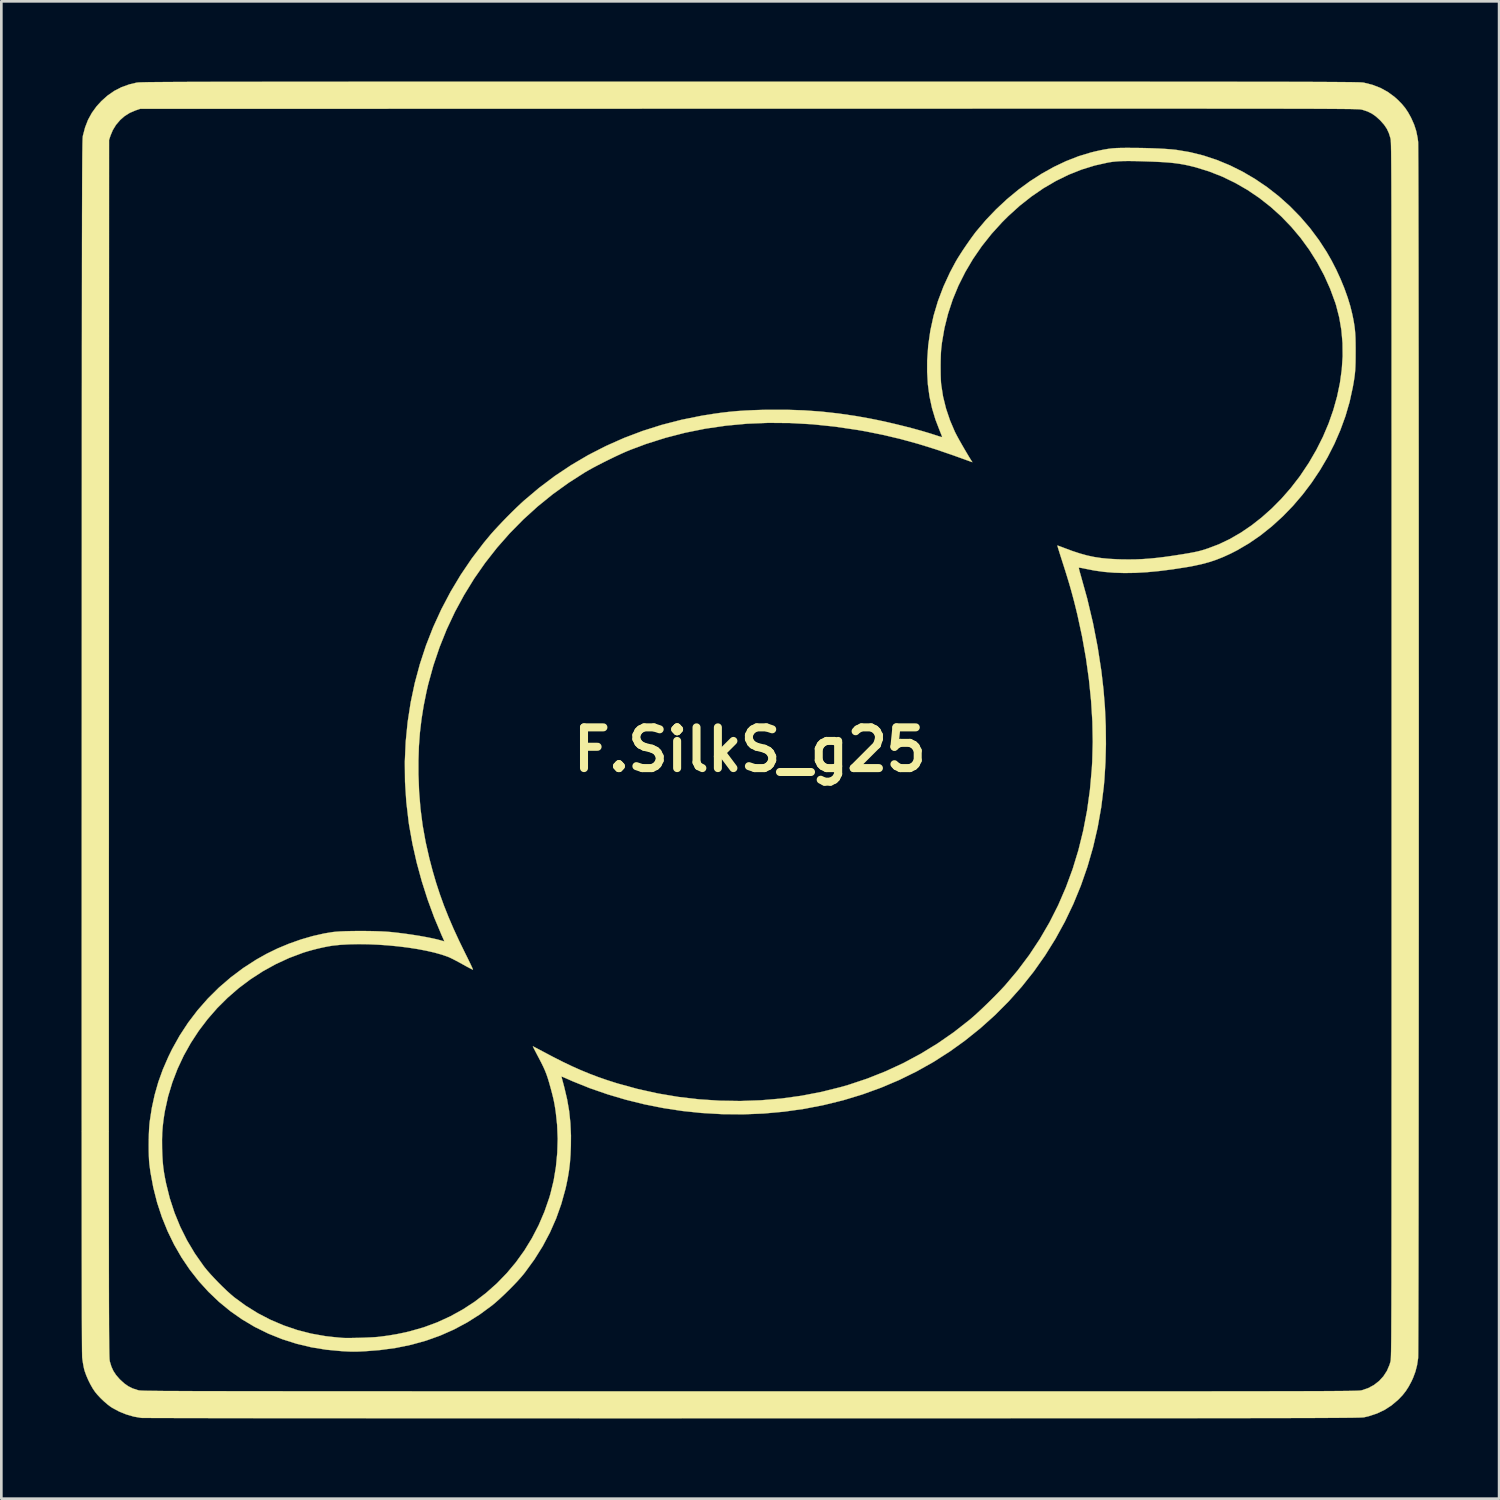
<source format=kicad_pcb>
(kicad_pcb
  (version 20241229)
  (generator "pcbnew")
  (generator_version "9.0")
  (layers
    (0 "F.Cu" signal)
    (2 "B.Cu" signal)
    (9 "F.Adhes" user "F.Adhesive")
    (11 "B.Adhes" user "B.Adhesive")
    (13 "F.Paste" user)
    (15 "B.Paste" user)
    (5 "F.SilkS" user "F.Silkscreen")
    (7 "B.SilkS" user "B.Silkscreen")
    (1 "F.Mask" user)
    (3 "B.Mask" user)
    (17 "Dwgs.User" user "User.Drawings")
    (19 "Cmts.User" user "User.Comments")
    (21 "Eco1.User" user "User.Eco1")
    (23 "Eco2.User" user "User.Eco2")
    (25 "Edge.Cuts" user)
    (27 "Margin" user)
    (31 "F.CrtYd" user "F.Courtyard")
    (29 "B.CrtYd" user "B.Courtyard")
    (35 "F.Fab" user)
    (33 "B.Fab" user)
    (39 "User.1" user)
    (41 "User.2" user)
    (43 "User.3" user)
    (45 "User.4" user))
  (footprint "F.SilkS_g25"
    (layer "F.Cu")
    (at 25 24.992)
    (property "Reference" "F.SilkS_g25" (at 0 0 0) (layer "F.SilkS") (effects (font (size 1.524 1.524) (thickness 0.3))))
    (attr through_hole)
    (fp_poly (pts (xy 14.436 -22.509) (xy 14.743 -22.504) (xy 15.035 -22.496) (xy 15.306 -22.485) (xy 15.551 -22.471) (xy 15.765 -22.455) (xy 15.942 -22.437) (xy 15.95 -22.436) (xy 16.461 -22.35) (xy 16.968 -22.224) (xy 17.469 -22.058) (xy 17.96 -21.855) (xy 18.439 -21.616) (xy 18.905 -21.342) (xy 19.355 -21.036) (xy 19.787 -20.698) (xy 20.198 -20.33) (xy 20.586 -19.934) (xy 20.949 -19.512) (xy 21.284 -19.064) (xy 21.573 -18.62) (xy 21.756 -18.3) (xy 21.93 -17.962) (xy 22.09 -17.614) (xy 22.234 -17.264) (xy 22.358 -16.92) (xy 22.459 -16.59) (xy 22.53 -16.301) (xy 22.566 -16.128) (xy 22.594 -15.976) (xy 22.616 -15.837) (xy 22.632 -15.701) (xy 22.644 -15.561) (xy 22.652 -15.408) (xy 22.656 -15.235) (xy 22.658 -15.033) (xy 22.658 -14.891) (xy 22.657 -14.676) (xy 22.655 -14.495) (xy 22.65 -14.339) (xy 22.643 -14.2) (xy 22.631 -14.069) (xy 22.615 -13.938) (xy 22.594 -13.799) (xy 22.567 -13.642) (xy 22.55 -13.547) (xy 22.433 -13.01) (xy 22.278 -12.478) (xy 22.087 -11.954) (xy 21.864 -11.44) (xy 21.609 -10.939) (xy 21.324 -10.454) (xy 21.012 -9.987) (xy 20.675 -9.542) (xy 20.313 -9.119) (xy 19.93 -8.724) (xy 19.527 -8.357) (xy 19.107 -8.021) (xy 18.671 -7.72) (xy 18.22 -7.456) (xy 17.981 -7.334) (xy 17.71 -7.21) (xy 17.446 -7.105) (xy 17.178 -7.016) (xy 16.897 -6.94) (xy 16.592 -6.874) (xy 16.338 -6.828) (xy 15.811 -6.746) (xy 15.317 -6.683) (xy 14.855 -6.639) (xy 14.421 -6.614) (xy 14.01 -6.608) (xy 13.621 -6.62) (xy 13.248 -6.651) (xy 12.889 -6.701) (xy 12.555 -6.766) (xy 12.46 -6.786) (xy 12.381 -6.801) (xy 12.326 -6.808) (xy 12.304 -6.808) (xy 12.306 -6.785) (xy 12.318 -6.729) (xy 12.339 -6.649) (xy 12.366 -6.554) (xy 12.368 -6.547) (xy 12.618 -5.65) (xy 12.832 -4.746) (xy 13.008 -3.841) (xy 13.147 -2.94) (xy 13.227 -2.244) (xy 13.281 -1.574) (xy 13.311 -0.892) (xy 13.318 -0.209) (xy 13.301 0.465) (xy 13.261 1.119) (xy 13.238 1.376) (xy 13.142 2.151) (xy 13.008 2.91) (xy 12.836 3.652) (xy 12.627 4.376) (xy 12.382 5.081) (xy 12.101 5.766) (xy 11.784 6.43) (xy 11.432 7.072) (xy 11.046 7.692) (xy 10.626 8.289) (xy 10.172 8.862) (xy 9.685 9.409) (xy 9.166 9.931) (xy 8.615 10.425) (xy 8.032 10.892) (xy 7.482 11.287) (xy 6.872 11.678) (xy 6.237 12.035) (xy 5.581 12.357) (xy 4.904 12.644) (xy 4.209 12.896) (xy 3.497 13.112) (xy 2.77 13.291) (xy 2.03 13.435) (xy 1.278 13.541) (xy 0.516 13.61) (xy -0.255 13.641) (xy -1.032 13.634) (xy -1.813 13.589) (xy -2.529 13.514) (xy -3.236 13.406) (xy -3.943 13.266) (xy -4.642 13.093) (xy -5.327 12.89) (xy -5.992 12.66) (xy -6.631 12.403) (xy -6.789 12.333) (xy -6.884 12.291) (xy -6.963 12.257) (xy -7.02 12.234) (xy -7.047 12.225) (xy -7.048 12.225) (xy -7.043 12.248) (xy -7.029 12.305) (xy -7.007 12.389) (xy -6.978 12.496) (xy -6.946 12.617) (xy -6.943 12.628) (xy -6.838 13.074) (xy -6.761 13.517) (xy -6.714 13.966) (xy -6.693 14.432) (xy -6.696 14.814) (xy -6.709 15.146) (xy -6.731 15.448) (xy -6.765 15.735) (xy -6.811 16.017) (xy -6.871 16.31) (xy -6.9 16.436) (xy -7.055 16.995) (xy -7.248 17.538) (xy -7.48 18.064) (xy -7.751 18.574) (xy -8.061 19.069) (xy -8.411 19.55) (xy -8.475 19.631) (xy -8.58 19.755) (xy -8.71 19.899) (xy -8.859 20.055) (xy -9.019 20.216) (xy -9.183 20.376) (xy -9.344 20.527) (xy -9.494 20.661) (xy -9.627 20.773) (xy -9.64 20.784) (xy -10.1 21.123) (xy -10.576 21.424) (xy -11.071 21.689) (xy -11.584 21.916) (xy -12.116 22.106) (xy -12.668 22.259) (xy -13.242 22.377) (xy -13.837 22.458) (xy -14.37 22.5) (xy -14.523 22.508) (xy -14.646 22.514) (xy -14.749 22.516) (xy -14.844 22.517) (xy -14.942 22.515) (xy -15.054 22.51) (xy -15.192 22.503) (xy -15.272 22.498) (xy -15.845 22.445) (xy -16.408 22.353) (xy -16.958 22.221) (xy -17.493 22.051) (xy -18.011 21.843) (xy -18.51 21.597) (xy -18.526 21.589) (xy -18.995 21.31) (xy -19.44 20.998) (xy -19.859 20.654) (xy -20.252 20.279) (xy -20.618 19.876) (xy -20.955 19.445) (xy -21.262 18.99) (xy -21.538 18.51) (xy -21.782 18.008) (xy -21.994 17.485) (xy -22.172 16.944) (xy -22.314 16.386) (xy -22.421 15.812) (xy -22.462 15.505) (xy -22.474 15.366) (xy -22.482 15.195) (xy -22.487 15.001) (xy -22.488 14.793) (xy -22.486 14.588) (xy -21.989 14.588) (xy -21.987 14.861) (xy -21.986 14.943) (xy -21.977 15.188) (xy -21.964 15.404) (xy -21.945 15.604) (xy -21.918 15.8) (xy -21.882 16.005) (xy -21.841 16.211) (xy -21.701 16.775) (xy -21.523 17.321) (xy -21.307 17.848) (xy -21.054 18.355) (xy -20.763 18.843) (xy -20.436 19.309) (xy -20.392 19.367) (xy -20.293 19.488) (xy -20.169 19.628) (xy -20.027 19.781) (xy -19.875 19.939) (xy -19.719 20.094) (xy -19.567 20.24) (xy -19.425 20.368) (xy -19.303 20.472) (xy -19.294 20.48) (xy -18.862 20.796) (xy -18.407 21.079) (xy -17.932 21.326) (xy -17.438 21.536) (xy -16.93 21.709) (xy -16.409 21.843) (xy -15.879 21.937) (xy -15.589 21.97) (xy -15.484 21.98) (xy -15.386 21.99) (xy -15.308 21.997) (xy -15.272 22.001) (xy -15.198 22.005) (xy -15.089 22.007) (xy -14.954 22.007) (xy -14.799 22.004) (xy -14.633 22.001) (xy -14.464 21.996) (xy -14.298 21.989) (xy -14.143 21.982) (xy -14.008 21.974) (xy -13.9 21.965) (xy -13.865 21.961) (xy -13.523 21.916) (xy -13.203 21.862) (xy -12.885 21.796) (xy -12.727 21.758) (xy -12.201 21.608) (xy -11.693 21.42) (xy -11.203 21.195) (xy -10.734 20.936) (xy -10.287 20.644) (xy -9.864 20.319) (xy -9.465 19.965) (xy -9.093 19.581) (xy -8.749 19.17) (xy -8.435 18.733) (xy -8.152 18.271) (xy -7.901 17.787) (xy -7.684 17.28) (xy -7.502 16.754) (xy -7.46 16.61) (xy -7.34 16.117) (xy -7.255 15.605) (xy -7.205 15.083) (xy -7.189 14.557) (xy -7.21 14.036) (xy -7.26 13.569) (xy -7.282 13.419) (xy -7.303 13.29) (xy -7.326 13.169) (xy -7.352 13.047) (xy -7.385 12.912) (xy -7.426 12.754) (xy -7.458 12.636) (xy -7.511 12.447) (xy -7.56 12.286) (xy -7.609 12.143) (xy -7.662 12.008) (xy -7.724 11.869) (xy -7.799 11.716) (xy -7.891 11.539) (xy -7.904 11.515) (xy -7.967 11.395) (xy -8.023 11.288) (xy -8.068 11.2) (xy -8.1 11.136) (xy -8.117 11.101) (xy -8.118 11.097) (xy -8.099 11.104) (xy -8.049 11.13) (xy -7.973 11.169) (xy -7.877 11.22) (xy -7.766 11.279) (xy -7.756 11.284) (xy -7.367 11.49) (xy -7.005 11.674) (xy -6.662 11.838) (xy -6.332 11.985) (xy -6.008 12.119) (xy -5.682 12.243) (xy -5.348 12.359) (xy -4.998 12.471) (xy -4.938 12.489) (xy -4.191 12.694) (xy -3.433 12.861) (xy -2.669 12.99) (xy -1.9 13.079) (xy -1.128 13.13) (xy -0.357 13.142) (xy 0.411 13.115) (xy 1.173 13.05) (xy 1.927 12.946) (xy 2.67 12.803) (xy 3.4 12.621) (xy 3.686 12.539) (xy 4.393 12.303) (xy 5.08 12.03) (xy 5.748 11.72) (xy 6.396 11.372) (xy 7.023 10.988) (xy 7.628 10.568) (xy 8.211 10.111) (xy 8.244 10.084) (xy 8.375 9.971) (xy 8.527 9.833) (xy 8.693 9.678) (xy 8.867 9.511) (xy 9.042 9.339) (xy 9.211 9.169) (xy 9.367 9.008) (xy 9.504 8.862) (xy 9.546 8.816) (xy 10.015 8.26) (xy 10.448 7.683) (xy 10.845 7.083) (xy 11.207 6.461) (xy 11.532 5.818) (xy 11.82 5.152) (xy 12.073 4.465) (xy 12.289 3.757) (xy 12.469 3.027) (xy 12.613 2.276) (xy 12.72 1.504) (xy 12.79 0.711) (xy 12.806 0.447) (xy 12.825 -0.291) (xy 12.811 -1.051) (xy 12.763 -1.829) (xy 12.683 -2.621) (xy 12.571 -3.424) (xy 12.427 -4.233) (xy 12.251 -5.046) (xy 12.189 -5.301) (xy 12.129 -5.542) (xy 12.069 -5.768) (xy 12.009 -5.987) (xy 11.945 -6.21) (xy 11.874 -6.444) (xy 11.795 -6.7) (xy 11.704 -6.985) (xy 11.697 -7.006) (xy 11.648 -7.16) (xy 11.603 -7.301) (xy 11.565 -7.423) (xy 11.534 -7.522) (xy 11.513 -7.593) (xy 11.503 -7.631) (xy 11.502 -7.636) (xy 11.523 -7.631) (xy 11.576 -7.613) (xy 11.652 -7.585) (xy 11.746 -7.55) (xy 11.76 -7.544) (xy 12.066 -7.43) (xy 12.347 -7.338) (xy 12.614 -7.264) (xy 12.878 -7.208) (xy 13.147 -7.167) (xy 13.434 -7.139) (xy 13.747 -7.123) (xy 13.898 -7.118) (xy 14.168 -7.115) (xy 14.429 -7.118) (xy 14.688 -7.129) (xy 14.953 -7.148) (xy 15.229 -7.175) (xy 15.524 -7.211) (xy 15.846 -7.257) (xy 16.202 -7.313) (xy 16.203 -7.313) (xy 16.382 -7.343) (xy 16.527 -7.369) (xy 16.649 -7.393) (xy 16.754 -7.416) (xy 16.853 -7.441) (xy 16.954 -7.47) (xy 17.066 -7.506) (xy 17.134 -7.528) (xy 17.546 -7.684) (xy 17.956 -7.881) (xy 18.361 -8.115) (xy 18.76 -8.386) (xy 19.148 -8.69) (xy 19.525 -9.026) (xy 19.886 -9.391) (xy 20.23 -9.784) (xy 20.553 -10.202) (xy 20.599 -10.267) (xy 20.912 -10.736) (xy 21.191 -11.217) (xy 21.437 -11.707) (xy 21.648 -12.204) (xy 21.824 -12.707) (xy 21.965 -13.211) (xy 22.071 -13.716) (xy 22.14 -14.219) (xy 22.173 -14.718) (xy 22.168 -15.21) (xy 22.126 -15.693) (xy 22.046 -16.164) (xy 21.928 -16.622) (xy 21.898 -16.717) (xy 21.705 -17.242) (xy 21.478 -17.748) (xy 21.217 -18.234) (xy 20.924 -18.699) (xy 20.602 -19.141) (xy 20.252 -19.557) (xy 19.876 -19.947) (xy 19.475 -20.308) (xy 19.052 -20.64) (xy 18.608 -20.94) (xy 18.145 -21.206) (xy 17.665 -21.438) (xy 17.17 -21.632) (xy 16.661 -21.789) (xy 16.402 -21.852) (xy 16.233 -21.887) (xy 16.063 -21.916) (xy 15.886 -21.94) (xy 15.693 -21.96) (xy 15.477 -21.976) (xy 15.23 -21.989) (xy 15.071 -21.996) (xy 14.783 -22.006) (xy 14.534 -22.014) (xy 14.317 -22.018) (xy 14.129 -22.019) (xy 13.965 -22.017) (xy 13.82 -22.012) (xy 13.69 -22.002) (xy 13.57 -21.99) (xy 13.456 -21.973) (xy 13.397 -21.963) (xy 12.9 -21.852) (xy 12.408 -21.7) (xy 11.925 -21.508) (xy 11.45 -21.275) (xy 10.986 -21.004) (xy 10.534 -20.694) (xy 10.094 -20.347) (xy 9.669 -19.963) (xy 9.44 -19.735) (xy 9.039 -19.293) (xy 8.673 -18.832) (xy 8.345 -18.355) (xy 8.054 -17.862) (xy 7.8 -17.356) (xy 7.586 -16.837) (xy 7.412 -16.307) (xy 7.277 -15.768) (xy 7.183 -15.221) (xy 7.154 -14.968) (xy 7.146 -14.852) (xy 7.14 -14.707) (xy 7.136 -14.541) (xy 7.134 -14.363) (xy 7.135 -14.184) (xy 7.137 -14.012) (xy 7.142 -13.858) (xy 7.149 -13.73) (xy 7.155 -13.663) (xy 7.225 -13.211) (xy 7.337 -12.759) (xy 7.488 -12.311) (xy 7.668 -11.89) (xy 7.712 -11.804) (xy 7.773 -11.689) (xy 7.848 -11.553) (xy 7.932 -11.405) (xy 8.021 -11.251) (xy 8.11 -11.1) (xy 8.194 -10.959) (xy 8.27 -10.836) (xy 8.293 -10.8) (xy 8.323 -10.753) (xy 8.241 -10.782) (xy 8.2 -10.797) (xy 8.124 -10.824) (xy 8.022 -10.861) (xy 7.898 -10.906) (xy 7.76 -10.955) (xy 7.631 -11.002) (xy 6.952 -11.235) (xy 6.293 -11.44) (xy 5.645 -11.618) (xy 4.999 -11.772) (xy 4.345 -11.904) (xy 4.032 -11.959) (xy 3.175 -12.085) (xy 2.333 -12.172) (xy 1.505 -12.218) (xy 0.691 -12.225) (xy -0.108 -12.193) (xy -0.893 -12.12) (xy -1.664 -12.008) (xy -2.42 -11.856) (xy -3.163 -11.664) (xy -3.892 -11.433) (xy -4.477 -11.214) (xy -4.638 -11.147) (xy -4.827 -11.063) (xy -5.034 -10.966) (xy -5.252 -10.86) (xy -5.472 -10.751) (xy -5.685 -10.642) (xy -5.882 -10.538) (xy -6.054 -10.442) (xy -6.16 -10.381) (xy -6.78 -9.984) (xy -7.374 -9.556) (xy -7.94 -9.097) (xy -8.476 -8.61) (xy -8.983 -8.095) (xy -9.459 -7.554) (xy -9.903 -6.988) (xy -10.314 -6.399) (xy -10.69 -5.787) (xy -11.033 -5.155) (xy -11.339 -4.504) (xy -11.608 -3.834) (xy -11.84 -3.148) (xy -12.033 -2.447) (xy -12.097 -2.17) (xy -12.202 -1.65) (xy -12.283 -1.144) (xy -12.343 -0.639) (xy -12.381 -0.127) (xy -12.398 0.403) (xy -12.398 0.921) (xy -12.373 1.578) (xy -12.321 2.212) (xy -12.241 2.832) (xy -12.13 3.45) (xy -11.988 4.075) (xy -11.867 4.535) (xy -11.738 4.977) (xy -11.597 5.407) (xy -11.444 5.832) (xy -11.273 6.261) (xy -11.084 6.701) (xy -10.873 7.158) (xy -10.648 7.619) (xy -10.575 7.765) (xy -10.509 7.9) (xy -10.452 8.017) (xy -10.407 8.113) (xy -10.376 8.182) (xy -10.36 8.221) (xy -10.359 8.228) (xy -10.38 8.221) (xy -10.432 8.197) (xy -10.509 8.157) (xy -10.607 8.105) (xy -10.719 8.043) (xy -10.752 8.024) (xy -10.879 7.954) (xy -11.004 7.888) (xy -11.119 7.828) (xy -11.216 7.781) (xy -11.284 7.751) (xy -11.288 7.749) (xy -11.528 7.666) (xy -11.803 7.589) (xy -12.11 7.519) (xy -12.441 7.456) (xy -12.792 7.402) (xy -13.156 7.357) (xy -13.528 7.321) (xy -13.902 7.295) (xy -14.272 7.279) (xy -14.634 7.274) (xy -14.98 7.281) (xy -15.307 7.299) (xy -15.607 7.33) (xy -15.638 7.335) (xy -15.788 7.36) (xy -15.966 7.396) (xy -16.159 7.44) (xy -16.355 7.49) (xy -16.542 7.542) (xy -16.707 7.593) (xy -16.715 7.596) (xy -17.237 7.792) (xy -17.74 8.025) (xy -18.223 8.292) (xy -18.685 8.592) (xy -19.124 8.922) (xy -19.537 9.281) (xy -19.925 9.667) (xy -20.284 10.079) (xy -20.614 10.513) (xy -20.912 10.969) (xy -21.178 11.444) (xy -21.409 11.937) (xy -21.604 12.446) (xy -21.762 12.968) (xy -21.88 13.503) (xy -21.897 13.598) (xy -21.936 13.858) (xy -21.964 14.101) (xy -21.982 14.339) (xy -21.989 14.588) (xy -22.486 14.588) (xy -22.486 14.581) (xy -22.481 14.374) (xy -22.472 14.182) (xy -22.46 14.015) (xy -22.45 13.917) (xy -22.371 13.401) (xy -22.264 12.909) (xy -22.128 12.433) (xy -21.959 11.963) (xy -21.754 11.492) (xy -21.611 11.199) (xy -21.329 10.694) (xy -21.011 10.209) (xy -20.659 9.747) (xy -20.275 9.31) (xy -19.862 8.9) (xy -19.42 8.519) (xy -18.953 8.169) (xy -18.461 7.851) (xy -18.076 7.635) (xy -17.666 7.435) (xy -17.236 7.256) (xy -16.797 7.101) (xy -16.356 6.973) (xy -15.924 6.875) (xy -15.61 6.823) (xy -15.485 6.81) (xy -15.325 6.799) (xy -15.136 6.791) (xy -14.926 6.786) (xy -14.702 6.783) (xy -14.47 6.783) (xy -14.238 6.785) (xy -14.012 6.79) (xy -13.8 6.797) (xy -13.608 6.807) (xy -13.444 6.82) (xy -13.42 6.822) (xy -13.152 6.852) (xy -12.881 6.886) (xy -12.613 6.925) (xy -12.354 6.966) (xy -12.111 7.01) (xy -11.891 7.054) (xy -11.698 7.097) (xy -11.542 7.139) (xy -11.531 7.143) (xy -11.473 7.159) (xy -11.437 7.168) (xy -11.43 7.168) (xy -11.438 7.147) (xy -11.46 7.096) (xy -11.493 7.021) (xy -11.534 6.93) (xy -11.538 6.92) (xy -11.809 6.275) (xy -12.055 5.605) (xy -12.274 4.917) (xy -12.464 4.221) (xy -12.621 3.525) (xy -12.744 2.838) (xy -12.762 2.72) (xy -12.851 1.96) (xy -12.9 1.203) (xy -12.907 0.45) (xy -12.874 -0.297) (xy -12.801 -1.037) (xy -12.688 -1.769) (xy -12.536 -2.49) (xy -12.344 -3.201) (xy -12.115 -3.899) (xy -11.847 -4.583) (xy -11.541 -5.251) (xy -11.198 -5.903) (xy -10.818 -6.537) (xy -10.402 -7.152) (xy -9.949 -7.745) (xy -9.692 -8.054) (xy -9.566 -8.196) (xy -9.416 -8.358) (xy -9.25 -8.534) (xy -9.074 -8.715) (xy -8.896 -8.893) (xy -8.723 -9.062) (xy -8.563 -9.213) (xy -8.456 -9.311) (xy -7.887 -9.792) (xy -7.295 -10.238) (xy -6.681 -10.647) (xy -6.045 -11.021) (xy -5.387 -11.358) (xy -4.709 -11.659) (xy -4.011 -11.923) (xy -3.293 -12.15) (xy -2.556 -12.34) (xy -1.801 -12.492) (xy -1.698 -12.509) (xy -1.375 -12.56) (xy -1.071 -12.603) (xy -0.777 -12.637) (xy -0.482 -12.665) (xy -0.179 -12.685) (xy 0.142 -12.7) (xy 0.491 -12.711) (xy 0.699 -12.714) (xy 1.377 -12.714) (xy 2.031 -12.692) (xy 2.673 -12.646) (xy 3.314 -12.575) (xy 3.966 -12.48) (xy 4.46 -12.392) (xy 4.777 -12.329) (xy 5.11 -12.257) (xy 5.45 -12.178) (xy 5.791 -12.094) (xy 6.123 -12.008) (xy 6.439 -11.92) (xy 6.73 -11.833) (xy 6.989 -11.75) (xy 7.026 -11.738) (xy 7.1 -11.714) (xy 7.158 -11.697) (xy 7.189 -11.692) (xy 7.191 -11.692) (xy 7.186 -11.714) (xy 7.168 -11.766) (xy 7.138 -11.841) (xy 7.106 -11.92) (xy 6.941 -12.349) (xy 6.812 -12.779) (xy 6.718 -13.216) (xy 6.658 -13.665) (xy 6.631 -14.132) (xy 6.632 -14.552) (xy 6.671 -15.119) (xy 6.751 -15.679) (xy 6.872 -16.233) (xy 7.035 -16.78) (xy 7.24 -17.321) (xy 7.486 -17.856) (xy 7.7 -18.256) (xy 7.775 -18.384) (xy 7.871 -18.535) (xy 7.979 -18.702) (xy 8.096 -18.874) (xy 8.213 -19.043) (xy 8.326 -19.2) (xy 8.427 -19.336) (xy 8.471 -19.392) (xy 8.832 -19.817) (xy 9.216 -20.218) (xy 9.619 -20.594) (xy 10.04 -20.942) (xy 10.474 -21.26) (xy 10.919 -21.546) (xy 11.373 -21.799) (xy 11.832 -22.017) (xy 12.293 -22.197) (xy 12.754 -22.337) (xy 12.933 -22.381) (xy 13.119 -22.422) (xy 13.279 -22.453) (xy 13.422 -22.476) (xy 13.562 -22.493) (xy 13.707 -22.503) (xy 13.87 -22.508) (xy 14.062 -22.51) (xy 14.118 -22.51) (xy 14.436 -22.509)) (stroke (width 0.01) (type solid)) (fill yes) (layer "F.SilkS"))
    (fp_poly (pts (xy 1.193 -24.987) (xy 2.334 -24.987) (xy 3.435 -24.987) (xy 4.495 -24.987) (xy 5.516 -24.987) (xy 6.498 -24.987) (xy 7.442 -24.987) (xy 8.349 -24.987) (xy 9.22 -24.987) (xy 10.056 -24.987) (xy 10.856 -24.987) (xy 11.623 -24.987) (xy 12.356 -24.987) (xy 13.057 -24.986) (xy 13.725 -24.986) (xy 14.363 -24.986) (xy 14.97 -24.986) (xy 15.548 -24.985) (xy 16.097 -24.985) (xy 16.617 -24.985) (xy 17.111 -24.985) (xy 17.578 -24.984) (xy 18.019 -24.984) (xy 18.435 -24.983) (xy 18.826 -24.983) (xy 19.194 -24.982) (xy 19.539 -24.982) (xy 19.862 -24.981) (xy 20.164 -24.981) (xy 20.445 -24.98) (xy 20.706 -24.979) (xy 20.948 -24.979) (xy 21.172 -24.978) (xy 21.378 -24.977) (xy 21.568 -24.976) (xy 21.741 -24.975) (xy 21.899 -24.974) (xy 22.042 -24.973) (xy 22.172 -24.972) (xy 22.288 -24.971) (xy 22.392 -24.97) (xy 22.485 -24.969) (xy 22.566 -24.968) (xy 22.638 -24.966) (xy 22.7 -24.965) (xy 22.754 -24.964) (xy 22.799 -24.962) (xy 22.838 -24.961) (xy 22.87 -24.959) (xy 22.897 -24.957) (xy 22.919 -24.956) (xy 22.936 -24.954) (xy 22.951 -24.952) (xy 22.963 -24.95) (xy 22.964 -24.95) (xy 23.283 -24.87) (xy 23.578 -24.757) (xy 23.851 -24.609) (xy 24.104 -24.425) (xy 24.241 -24.302) (xy 24.388 -24.152) (xy 24.511 -24.004) (xy 24.618 -23.844) (xy 24.721 -23.659) (xy 24.745 -23.611) (xy 24.849 -23.375) (xy 24.925 -23.139) (xy 24.976 -22.888) (xy 24.996 -22.737) (xy 24.997 -22.705) (xy 24.998 -22.631) (xy 24.999 -22.517) (xy 25 -22.363) (xy 25.001 -22.172) (xy 25.003 -21.943) (xy 25.004 -21.679) (xy 25.005 -21.38) (xy 25.006 -21.047) (xy 25.007 -20.681) (xy 25.008 -20.284) (xy 25.008 -19.856) (xy 25.009 -19.398) (xy 25.01 -18.912) (xy 25.011 -18.398) (xy 25.012 -17.858) (xy 25.012 -17.293) (xy 25.013 -16.704) (xy 25.014 -16.091) (xy 25.014 -15.457) (xy 25.015 -14.801) (xy 25.016 -14.125) (xy 25.016 -13.431) (xy 25.017 -12.719) (xy 25.017 -11.989) (xy 25.018 -11.245) (xy 25.018 -10.485) (xy 25.018 -9.712) (xy 25.019 -8.927) (xy 25.019 -8.13) (xy 25.019 -7.322) (xy 25.02 -6.506) (xy 25.02 -5.681) (xy 25.02 -4.849) (xy 25.02 -4.011) (xy 25.02 -3.167) (xy 25.021 -2.32) (xy 25.021 -1.47) (xy 25.021 -0.618) (xy 25.021 0.235) (xy 25.021 1.087) (xy 25.021 1.938) (xy 25.02 2.787) (xy 25.02 3.632) (xy 25.02 4.473) (xy 25.02 5.308) (xy 25.02 6.136) (xy 25.02 6.957) (xy 25.019 7.769) (xy 25.019 8.571) (xy 25.019 9.362) (xy 25.018 10.141) (xy 25.018 10.907) (xy 25.017 11.659) (xy 25.017 12.396) (xy 25.016 13.116) (xy 25.016 13.819) (xy 25.015 14.504) (xy 25.015 15.169) (xy 25.014 15.814) (xy 25.013 16.437) (xy 25.013 17.038) (xy 25.012 17.615) (xy 25.011 18.167) (xy 25.01 18.693) (xy 25.01 19.192) (xy 25.009 19.663) (xy 25.008 20.105) (xy 25.007 20.518) (xy 25.006 20.899) (xy 25.005 21.247) (xy 25.004 21.563) (xy 25.003 21.844) (xy 25.002 22.089) (xy 25.001 22.298) (xy 25 22.47) (xy 24.999 22.603) (xy 24.997 22.696) (xy 24.996 22.748) (xy 24.996 22.759) (xy 24.956 23.024) (xy 24.894 23.266) (xy 24.806 23.501) (xy 24.745 23.633) (xy 24.642 23.825) (xy 24.536 23.99) (xy 24.418 24.14) (xy 24.278 24.288) (xy 24.241 24.324) (xy 24 24.528) (xy 23.74 24.696) (xy 23.458 24.83) (xy 23.152 24.931) (xy 22.985 24.97) (xy 22.975 24.972) (xy 22.961 24.974) (xy 22.944 24.976) (xy 22.922 24.977) (xy 22.896 24.979) (xy 22.863 24.98) (xy 22.824 24.982) (xy 22.777 24.984) (xy 22.722 24.985) (xy 22.659 24.986) (xy 22.585 24.988) (xy 22.502 24.989) (xy 22.407 24.99) (xy 22.3 24.991) (xy 22.181 24.992) (xy 22.048 24.993) (xy 21.901 24.994) (xy 21.74 24.995) (xy 21.562 24.996) (xy 21.369 24.997) (xy 21.158 24.998) (xy 20.929 24.999) (xy 20.682 25) (xy 20.415 25) (xy 20.128 25.001) (xy 19.821 25.002) (xy 19.491 25.002) (xy 19.14 25.003) (xy 18.765 25.003) (xy 18.366 25.004) (xy 17.943 25.004) (xy 17.494 25.005) (xy 17.02 25.005) (xy 16.518 25.006) (xy 15.989 25.006) (xy 15.431 25.006) (xy 14.844 25.007) (xy 14.228 25.007) (xy 13.581 25.007) (xy 12.902 25.007) (xy 12.192 25.008) (xy 11.448 25.008) (xy 10.671 25.008) (xy 9.86 25.008) (xy 9.013 25.009) (xy 8.131 25.009) (xy 7.212 25.009) (xy 6.255 25.009) (xy 5.261 25.009) (xy 4.228 25.01) (xy 3.155 25.01) (xy 2.042 25.01) (xy 0.887 25.01) (xy 0.106 25.01) (xy -0.946 25.01) (xy -1.982 25.01) (xy -3.002 25.011) (xy -4.006 25.011) (xy -4.991 25.011) (xy -5.959 25.011) (xy -6.907 25.01) (xy -7.836 25.01) (xy -8.744 25.01) (xy -9.631 25.01) (xy -10.495 25.01) (xy -11.337 25.01) (xy -12.155 25.009) (xy -12.949 25.009) (xy -13.718 25.009) (xy -14.461 25.008) (xy -15.178 25.008) (xy -15.867 25.007) (xy -16.528 25.007) (xy -17.16 25.007) (xy -17.762 25.006) (xy -18.334 25.006) (xy -18.876 25.005) (xy -19.385 25.004) (xy -19.861 25.004) (xy -20.305 25.003) (xy -20.714 25.003) (xy -21.088 25.002) (xy -21.427 25.001) (xy -21.73 25) (xy -21.995 25) (xy -22.222 24.999) (xy -22.411 24.998) (xy -22.56 24.997) (xy -22.67 24.997) (xy -22.738 24.996) (xy -22.765 24.995) (xy -23.044 24.947) (xy -23.324 24.866) (xy -23.595 24.756) (xy -23.843 24.623) (xy -23.919 24.574) (xy -24.035 24.486) (xy -24.163 24.375) (xy -24.292 24.252) (xy -24.408 24.127) (xy -24.492 24.025) (xy -24.578 23.899) (xy -24.666 23.745) (xy -24.75 23.577) (xy -24.823 23.407) (xy -24.88 23.25) (xy -24.901 23.177) (xy -24.925 23.067) (xy -24.948 22.934) (xy -24.968 22.801) (xy -24.976 22.733) (xy -24.977 22.708) (xy -24.978 22.661) (xy -24.979 22.592) (xy -24.981 22.499) (xy -24.982 22.382) (xy -24.983 22.241) (xy -24.984 22.075) (xy -24.985 21.884) (xy -24.986 21.667) (xy -24.987 21.424) (xy -24.988 21.154) (xy -24.988 20.856) (xy -24.989 20.53) (xy -24.99 20.176) (xy -24.99 19.793) (xy -24.991 19.38) (xy -24.992 18.937) (xy -24.992 18.464) (xy -24.993 17.959) (xy -24.993 17.423) (xy -24.993 16.855) (xy -24.994 16.255) (xy -24.994 15.621) (xy -24.994 14.953) (xy -24.994 14.251) (xy -24.995 13.652) (xy -23.979 13.652) (xy -23.979 14.289) (xy -23.979 14.895) (xy -23.979 15.471) (xy -23.979 16.019) (xy -23.979 16.539) (xy -23.979 17.031) (xy -23.978 17.497) (xy -23.978 17.937) (xy -23.978 18.352) (xy -23.977 18.742) (xy -23.977 19.109) (xy -23.977 19.453) (xy -23.976 19.775) (xy -23.976 20.076) (xy -23.975 20.356) (xy -23.975 20.617) (xy -23.974 20.858) (xy -23.973 21.081) (xy -23.972 21.287) (xy -23.972 21.475) (xy -23.971 21.648) (xy -23.97 21.805) (xy -23.969 21.948) (xy -23.968 22.077) (xy -23.967 22.193) (xy -23.966 22.297) (xy -23.965 22.389) (xy -23.963 22.47) (xy -23.962 22.541) (xy -23.961 22.603) (xy -23.959 22.657) (xy -23.958 22.702) (xy -23.956 22.741) (xy -23.955 22.773) (xy -23.953 22.8) (xy -23.951 22.822) (xy -23.949 22.84) (xy -23.947 22.854) (xy -23.945 22.866) (xy -23.943 22.877) (xy -23.941 22.886) (xy -23.94 22.892) (xy -23.883 23.078) (xy -23.81 23.238) (xy -23.713 23.386) (xy -23.586 23.534) (xy -23.55 23.571) (xy -23.399 23.708) (xy -23.251 23.812) (xy -23.093 23.891) (xy -22.912 23.951) (xy -22.881 23.96) (xy -22.873 23.962) (xy -22.863 23.964) (xy -22.851 23.966) (xy -22.837 23.968) (xy -22.82 23.97) (xy -22.799 23.971) (xy -22.773 23.973) (xy -22.741 23.975) (xy -22.703 23.976) (xy -22.658 23.978) (xy -22.606 23.979) (xy -22.544 23.981) (xy -22.474 23.982) (xy -22.393 23.983) (xy -22.302 23.984) (xy -22.199 23.985) (xy -22.084 23.987) (xy -21.956 23.988) (xy -21.814 23.989) (xy -21.657 23.99) (xy -21.485 23.99) (xy -21.297 23.991) (xy -21.092 23.992) (xy -20.87 23.993) (xy -20.63 23.994) (xy -20.37 23.994) (xy -20.091 23.995) (xy -19.791 23.995) (xy -19.469 23.996) (xy -19.126 23.997) (xy -18.76 23.997) (xy -18.37 23.997) (xy -17.956 23.998) (xy -17.517 23.998) (xy -17.052 23.999) (xy -16.561 23.999) (xy -16.042 23.999) (xy -15.495 24) (xy -14.92 24) (xy -14.314 24) (xy -13.679 24) (xy -13.012 24) (xy -12.314 24.001) (xy -11.583 24.001) (xy -10.819 24.001) (xy -10.02 24.001) (xy -9.187 24.001) (xy -8.318 24.001) (xy -7.413 24.001) (xy -6.471 24.001) (xy -5.491 24.002) (xy -4.473 24.002) (xy -3.415 24.002) (xy -2.317 24.002) (xy -1.178 24.002) (xy 0.002 24.002) (xy 1.182 24.002) (xy 2.321 24.002) (xy 3.419 24.002) (xy 4.476 24.002) (xy 5.495 24.002) (xy 6.475 24.002) (xy 7.417 24.002) (xy 8.321 24.002) (xy 9.19 24.002) (xy 10.023 24.002) (xy 10.821 24.002) (xy 11.585 24.002) (xy 12.316 24.002) (xy 13.015 24.002) (xy 13.681 24.002) (xy 14.316 24.002) (xy 14.921 24.001) (xy 15.497 24.001) (xy 16.044 24.001) (xy 16.562 24.001) (xy 17.054 24.001) (xy 17.518 24) (xy 17.957 24) (xy 18.371 24) (xy 18.761 23.999) (xy 19.127 23.999) (xy 19.471 23.998) (xy 19.792 23.998) (xy 20.092 23.997) (xy 20.371 23.997) (xy 20.631 23.996) (xy 20.871 23.995) (xy 21.094 23.994) (xy 21.298 23.994) (xy 21.486 23.993) (xy 21.658 23.992) (xy 21.815 23.991) (xy 21.957 23.99) (xy 22.086 23.989) (xy 22.201 23.988) (xy 22.304 23.987) (xy 22.396 23.986) (xy 22.476 23.984) (xy 22.547 23.983) (xy 22.609 23.982) (xy 22.662 23.98) (xy 22.707 23.979) (xy 22.745 23.977) (xy 22.777 23.975) (xy 22.803 23.974) (xy 22.825 23.972) (xy 22.843 23.97) (xy 22.857 23.968) (xy 22.869 23.966) (xy 22.879 23.964) (xy 22.888 23.962) (xy 22.894 23.961) (xy 23.131 23.88) (xy 23.345 23.764) (xy 23.535 23.616) (xy 23.697 23.44) (xy 23.829 23.237) (xy 23.926 23.011) (xy 23.961 22.894) (xy 23.963 22.885) (xy 23.965 22.875) (xy 23.967 22.864) (xy 23.969 22.851) (xy 23.971 22.835) (xy 23.973 22.816) (xy 23.975 22.792) (xy 23.976 22.763) (xy 23.978 22.728) (xy 23.979 22.686) (xy 23.981 22.637) (xy 23.982 22.58) (xy 23.984 22.514) (xy 23.985 22.439) (xy 23.986 22.353) (xy 23.987 22.255) (xy 23.989 22.146) (xy 23.99 22.025) (xy 23.991 21.89) (xy 23.992 21.74) (xy 23.992 21.576) (xy 23.993 21.396) (xy 23.994 21.2) (xy 23.995 20.987) (xy 23.996 20.755) (xy 23.996 20.505) (xy 23.997 20.236) (xy 23.998 19.946) (xy 23.998 19.636) (xy 23.999 19.304) (xy 23.999 18.949) (xy 24 18.572) (xy 24 18.17) (xy 24 17.744) (xy 24.001 17.292) (xy 24.001 16.814) (xy 24.001 16.309) (xy 24.001 15.777) (xy 24.002 15.216) (xy 24.002 14.626) (xy 24.002 14.005) (xy 24.002 13.355) (xy 24.002 12.673) (xy 24.003 11.958) (xy 24.003 11.211) (xy 24.003 10.43) (xy 24.003 9.614) (xy 24.003 8.764) (xy 24.003 7.877) (xy 24.003 6.954) (xy 24.003 5.993) (xy 24.003 4.994) (xy 24.003 3.956) (xy 24.003 2.878) (xy 24.003 1.76) (xy 24.003 0.601) (xy 24.003 -1.169) (xy 24.003 -2.308) (xy 24.003 -3.405) (xy 24.003 -4.463) (xy 24.003 -5.481) (xy 24.003 -6.461) (xy 24.003 -7.403) (xy 24.003 -8.307) (xy 24.003 -9.176) (xy 24.003 -10.008) (xy 24.003 -10.807) (xy 24.003 -11.57) (xy 24.002 -12.301) (xy 24.002 -12.999) (xy 24.002 -13.665) (xy 24.002 -14.301) (xy 24.002 -14.905) (xy 24.002 -15.481) (xy 24.001 -16.027) (xy 24.001 -16.546) (xy 24.001 -17.037) (xy 24 -17.502) (xy 24 -17.94) (xy 24 -18.354) (xy 23.999 -18.744) (xy 23.999 -19.11) (xy 23.998 -19.453) (xy 23.998 -19.774) (xy 23.997 -20.074) (xy 23.997 -20.353) (xy 23.996 -20.613) (xy 23.995 -20.853) (xy 23.995 -21.075) (xy 23.994 -21.28) (xy 23.993 -21.468) (xy 23.992 -21.64) (xy 23.991 -21.796) (xy 23.99 -21.938) (xy 23.989 -22.066) (xy 23.988 -22.182) (xy 23.987 -22.285) (xy 23.986 -22.376) (xy 23.984 -22.457) (xy 23.983 -22.527) (xy 23.982 -22.589) (xy 23.98 -22.642) (xy 23.979 -22.687) (xy 23.977 -22.725) (xy 23.975 -22.757) (xy 23.974 -22.783) (xy 23.972 -22.805) (xy 23.97 -22.823) (xy 23.968 -22.837) (xy 23.966 -22.849) (xy 23.964 -22.859) (xy 23.962 -22.868) (xy 23.961 -22.872) (xy 23.903 -23.059) (xy 23.827 -23.223) (xy 23.726 -23.374) (xy 23.592 -23.525) (xy 23.57 -23.548) (xy 23.417 -23.687) (xy 23.267 -23.792) (xy 23.106 -23.872) (xy 22.924 -23.932) (xy 22.892 -23.94) (xy 22.883 -23.942) (xy 22.873 -23.944) (xy 22.862 -23.946) (xy 22.849 -23.948) (xy 22.833 -23.95) (xy 22.814 -23.952) (xy 22.79 -23.954) (xy 22.761 -23.955) (xy 22.726 -23.957) (xy 22.685 -23.958) (xy 22.636 -23.96) (xy 22.579 -23.961) (xy 22.514 -23.963) (xy 22.438 -23.964) (xy 22.353 -23.965) (xy 22.256 -23.966) (xy 22.147 -23.967) (xy 22.026 -23.968) (xy 21.891 -23.969) (xy 21.742 -23.97) (xy 21.579 -23.971) (xy 21.4 -23.972) (xy 21.204 -23.973) (xy 20.991 -23.974) (xy 20.761 -23.974) (xy 20.512 -23.975) (xy 20.243 -23.975) (xy 19.954 -23.976) (xy 19.645 -23.976) (xy 19.314 -23.977) (xy 18.96 -23.977) (xy 18.584 -23.978) (xy 18.183 -23.978) (xy 17.758 -23.978) (xy 17.307 -23.978) (xy 16.831 -23.979) (xy 16.327 -23.979) (xy 15.796 -23.979) (xy 15.237 -23.979) (xy 14.648 -23.979) (xy 14.029 -23.979) (xy 13.38 -23.979) (xy 12.7 -23.979) (xy 11.987 -23.979) (xy 11.241 -23.979) (xy 10.462 -23.979) (xy 9.649 -23.979) (xy 8.8 -23.979) (xy 7.915 -23.978) (xy 6.994 -23.978) (xy 6.035 -23.978) (xy 5.039 -23.978) (xy 4.003 -23.978) (xy 2.928 -23.977) (xy 1.812 -23.977) (xy 0.655 -23.977) (xy -0.042 -23.977) (xy -22.807 -23.971) (xy -22.976 -23.914) (xy -23.195 -23.821) (xy -23.387 -23.701) (xy -23.553 -23.556) (xy -23.711 -23.372) (xy -23.832 -23.173) (xy -23.914 -22.977) (xy -23.971 -22.807) (xy -23.977 -0.042) (xy -23.977 1.139) (xy -23.977 2.279) (xy -23.977 3.378) (xy -23.978 4.436) (xy -23.978 5.456) (xy -23.978 6.437) (xy -23.978 7.38) (xy -23.978 8.286) (xy -23.979 9.155) (xy -23.979 9.989) (xy -23.979 10.789) (xy -23.979 11.554) (xy -23.979 12.286) (xy -23.979 12.985) (xy -23.979 13.652) (xy -24.995 13.652) (xy -24.995 13.514) (xy -24.995 12.742) (xy -24.995 11.935) (xy -24.995 11.091) (xy -24.995 10.21) (xy -24.995 9.292) (xy -24.995 8.336) (xy -24.995 7.341) (xy -24.994 6.308) (xy -24.994 5.235) (xy -24.994 4.122) (xy -24.994 2.969) (xy -24.993 1.775) (xy -24.993 0.539) (xy -24.993 -0.148) (xy -24.992 -1.328) (xy -24.992 -2.467) (xy -24.992 -3.564) (xy -24.991 -4.622) (xy -24.991 -5.64) (xy -24.991 -6.62) (xy -24.99 -7.562) (xy -24.99 -8.466) (xy -24.99 -9.335) (xy -24.989 -10.167) (xy -24.989 -10.965) (xy -24.989 -11.729) (xy -24.988 -12.46) (xy -24.988 -13.158) (xy -24.987 -13.824) (xy -24.987 -14.459) (xy -24.987 -15.064) (xy -24.986 -15.639) (xy -24.986 -16.185) (xy -24.985 -16.703) (xy -24.985 -17.194) (xy -24.984 -17.659) (xy -24.984 -18.097) (xy -24.983 -18.51) (xy -24.983 -18.899) (xy -24.982 -19.265) (xy -24.981 -19.608) (xy -24.981 -19.928) (xy -24.98 -20.227) (xy -24.979 -20.506) (xy -24.978 -20.765) (xy -24.978 -21.004) (xy -24.977 -21.226) (xy -24.976 -21.43) (xy -24.975 -21.617) (xy -24.974 -21.787) (xy -24.973 -21.943) (xy -24.972 -22.084) (xy -24.971 -22.211) (xy -24.97 -22.325) (xy -24.968 -22.427) (xy -24.967 -22.517) (xy -24.966 -22.596) (xy -24.965 -22.665) (xy -24.963 -22.725) (xy -24.962 -22.777) (xy -24.96 -22.82) (xy -24.959 -22.857) (xy -24.957 -22.887) (xy -24.955 -22.911) (xy -24.954 -22.931) (xy -24.952 -22.946) (xy -24.95 -22.958) (xy -24.949 -22.964) (xy -24.867 -23.276) (xy -24.757 -23.559) (xy -24.614 -23.82) (xy -24.437 -24.064) (xy -24.259 -24.259) (xy -24.023 -24.47) (xy -23.773 -24.643) (xy -23.507 -24.78) (xy -23.217 -24.884) (xy -22.943 -24.95) (xy -22.931 -24.952) (xy -22.917 -24.953) (xy -22.9 -24.955) (xy -22.878 -24.957) (xy -22.852 -24.959) (xy -22.821 -24.96) (xy -22.783 -24.962) (xy -22.738 -24.963) (xy -22.685 -24.965) (xy -22.624 -24.966) (xy -22.553 -24.968) (xy -22.473 -24.969) (xy -22.381 -24.97) (xy -22.279 -24.971) (xy -22.164 -24.972) (xy -22.036 -24.973) (xy -21.894 -24.974) (xy -21.737 -24.975) (xy -21.566 -24.976) (xy -21.378 -24.977) (xy -21.174 -24.978) (xy -20.952 -24.979) (xy -20.711 -24.979) (xy -20.452 -24.98) (xy -20.173 -24.981) (xy -19.874 -24.981) (xy -19.553 -24.982) (xy -19.21 -24.982) (xy -18.845 -24.983) (xy -18.456 -24.983) (xy -18.042 -24.984) (xy -17.604 -24.984) (xy -17.14 -24.985) (xy -16.649 -24.985) (xy -16.132 -24.985) (xy -15.586 -24.985) (xy -15.011 -24.986) (xy -14.407 -24.986) (xy -13.773 -24.986) (xy -13.107 -24.986) (xy -12.41 -24.986) (xy -11.68 -24.987) (xy -10.917 -24.987) (xy -10.121 -24.987) (xy -9.289 -24.987) (xy -8.422 -24.987) (xy -7.518 -24.987) (xy -6.578 -24.987) (xy -5.599 -24.987) (xy -4.583 -24.987) (xy -3.527 -24.987) (xy -2.431 -24.987) (xy -1.294 -24.987) (xy -0.116 -24.987) (xy 0.011 -24.987) (xy 1.193 -24.987)) (stroke (width 0.01) (type solid)) (fill yes) (layer "F.SilkS")))
  (gr_rect
    (start -3 -3)
    (end 53.025 53.008)
    (stroke (width 0.1) (type default))
    (fill no)
    (layer "Edge.Cuts")))
</source>
